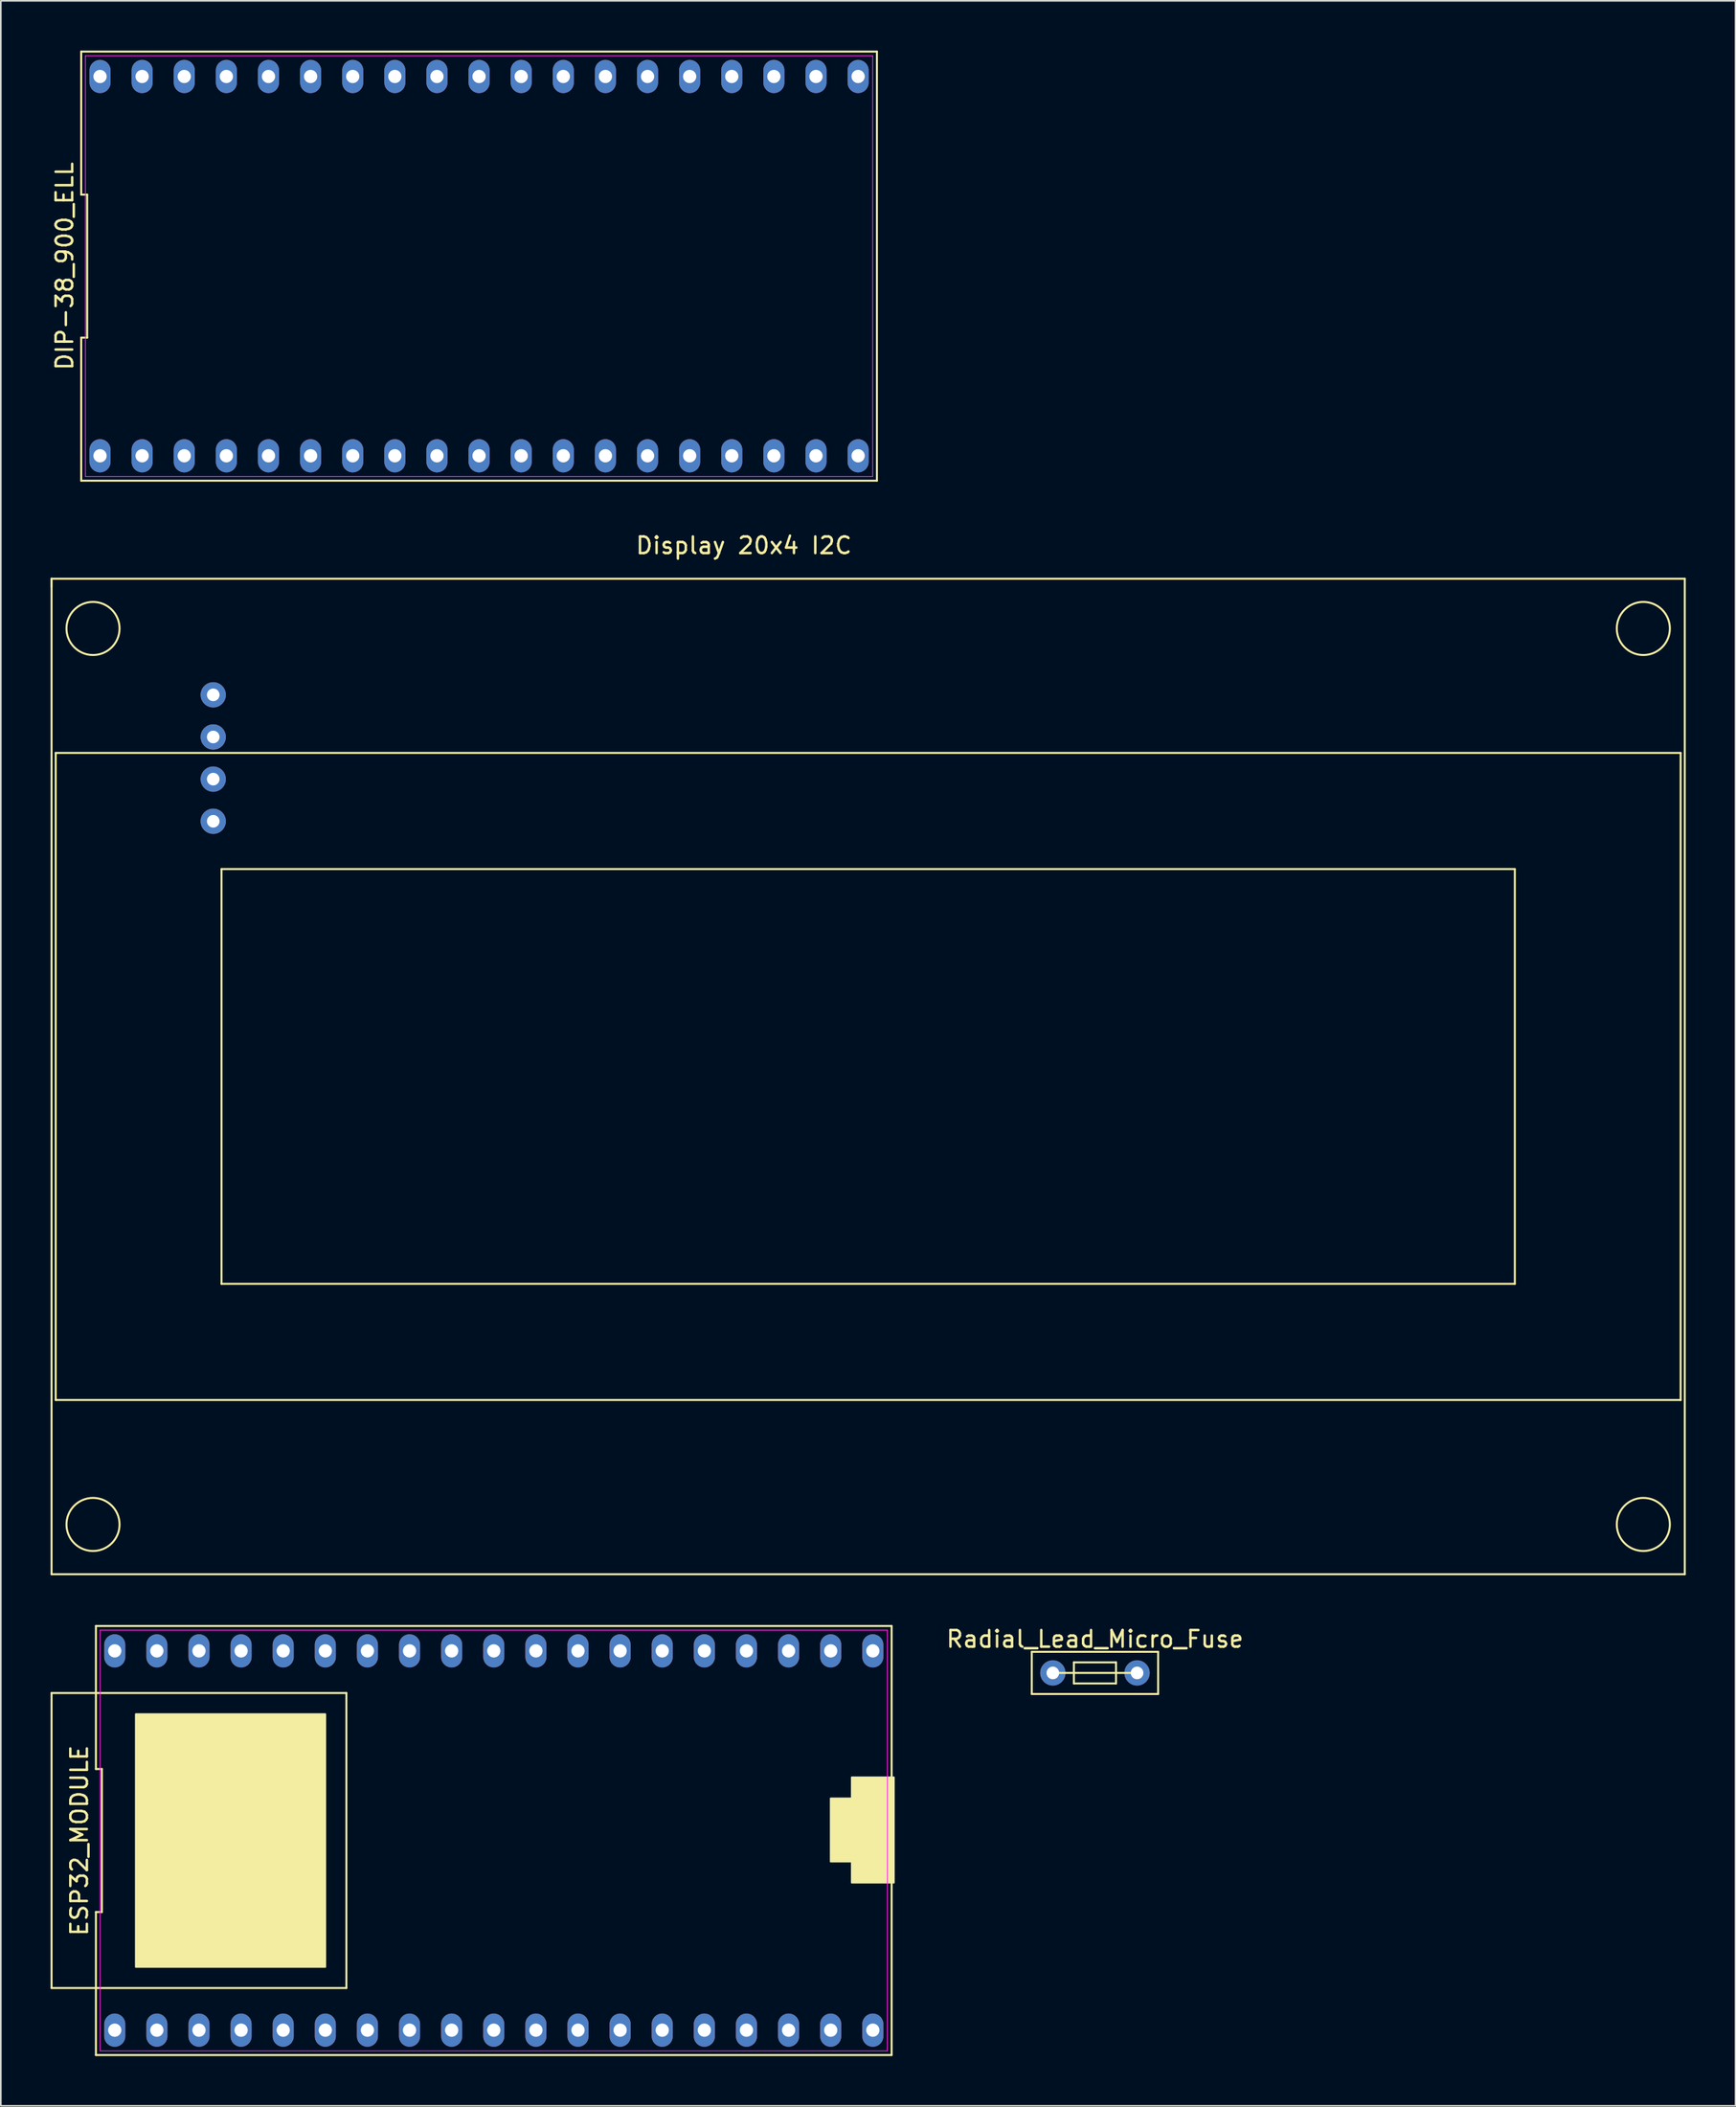
<source format=kicad_pcb>
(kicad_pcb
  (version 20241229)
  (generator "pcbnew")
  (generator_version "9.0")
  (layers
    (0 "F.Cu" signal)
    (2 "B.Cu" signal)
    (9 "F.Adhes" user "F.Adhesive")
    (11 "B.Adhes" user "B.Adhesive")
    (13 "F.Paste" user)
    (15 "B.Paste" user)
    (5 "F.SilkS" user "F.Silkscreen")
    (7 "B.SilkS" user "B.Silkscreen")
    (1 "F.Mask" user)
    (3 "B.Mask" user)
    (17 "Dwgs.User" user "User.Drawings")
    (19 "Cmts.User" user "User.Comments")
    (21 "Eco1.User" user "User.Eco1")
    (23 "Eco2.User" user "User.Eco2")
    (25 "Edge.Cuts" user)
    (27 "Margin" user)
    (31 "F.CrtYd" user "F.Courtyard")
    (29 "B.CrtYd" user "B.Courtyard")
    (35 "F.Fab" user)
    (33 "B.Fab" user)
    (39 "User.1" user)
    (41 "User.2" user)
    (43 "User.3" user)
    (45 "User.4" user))
  (footprint "DIP-38_900_ELL"
    (layer "F.Cu")
    (at 25.843 12.99)
    (property "Reference" "DIP-38_900_ELL" (at -24.995 0 90) (layer "F.SilkS") (effects (font (size 1 1) (thickness 0.15))))
    (attr through_hole)
    (fp_line (start -23.995 -12.93) (end -23.995 -4.31) (stroke (width 0.12) (type solid)) (layer "F.SilkS"))
    (fp_line (start -23.995 -4.31) (end -23.635 -4.31) (stroke (width 0.12) (type solid)) (layer "F.SilkS"))
    (fp_line (start -23.995 4.31) (end -23.995 12.93) (stroke (width 0.12) (type solid)) (layer "F.SilkS"))
    (fp_line (start -23.995 12.93) (end 23.995 12.93) (stroke (width 0.12) (type solid)) (layer "F.SilkS"))
    (fp_line (start -23.635 -4.31) (end -23.635 4.31) (stroke (width 0.12) (type solid)) (layer "F.SilkS"))
    (fp_line (start -23.635 4.31) (end -23.995 4.31) (stroke (width 0.12) (type solid)) (layer "F.SilkS"))
    (fp_line (start 23.995 -12.93) (end -23.995 -12.93) (stroke (width 0.12) (type solid)) (layer "F.SilkS"))
    (fp_line (start 23.995 12.93) (end 23.995 -12.93) (stroke (width 0.12) (type solid)) (layer "F.SilkS"))
    (fp_line (start -23.74 -12.68) (end 23.74 -12.68) (stroke (width 0.05) (type solid)) (layer "F.CrtYd"))
    (fp_line (start -23.74 12.68) (end -23.74 -12.68) (stroke (width 0.05) (type solid)) (layer "F.CrtYd"))
    (fp_line (start 23.74 -12.68) (end 23.74 12.68) (stroke (width 0.05) (type solid)) (layer "F.CrtYd"))
    (fp_line (start 23.74 12.68) (end -23.74 12.68) (stroke (width 0.05) (type solid)) (layer "F.CrtYd"))
    (pad "1" thru_hole oval (at -22.86 11.43) (size 1.27 2) (drill 0.8) (layers "*.Cu" "*.Mask"))
    (pad "2" thru_hole oval (at -20.32 11.43) (size 1.27 2) (drill 0.8) (layers "*.Cu" "*.Mask"))
    (pad "3" thru_hole oval (at -17.78 11.43) (size 1.27 2) (drill 0.8) (layers "*.Cu" "*.Mask"))
    (pad "4" thru_hole oval (at -15.24 11.43) (size 1.27 2) (drill 0.8) (layers "*.Cu" "*.Mask"))
    (pad "5" thru_hole oval (at -12.7 11.43) (size 1.27 2) (drill 0.8) (layers "*.Cu" "*.Mask"))
    (pad "6" thru_hole oval (at -10.16 11.43) (size 1.27 2) (drill 0.8) (layers "*.Cu" "*.Mask"))
    (pad "7" thru_hole oval (at -7.62 11.43) (size 1.27 2) (drill 0.8) (layers "*.Cu" "*.Mask"))
    (pad "8" thru_hole oval (at -5.08 11.43) (size 1.27 2) (drill 0.8) (layers "*.Cu" "*.Mask"))
    (pad "9" thru_hole oval (at -2.54 11.43) (size 1.27 2) (drill 0.8) (layers "*.Cu" "*.Mask"))
    (pad "10" thru_hole oval (at 0 11.43) (size 1.27 2) (drill 0.8) (layers "*.Cu" "*.Mask"))
    (pad "11" thru_hole oval (at 2.54 11.43) (size 1.27 2) (drill 0.8) (layers "*.Cu" "*.Mask"))
    (pad "12" thru_hole oval (at 5.08 11.43) (size 1.27 2) (drill 0.8) (layers "*.Cu" "*.Mask"))
    (pad "13" thru_hole oval (at 7.62 11.43) (size 1.27 2) (drill 0.8) (layers "*.Cu" "*.Mask"))
    (pad "14" thru_hole oval (at 10.16 11.43) (size 1.27 2) (drill 0.8) (layers "*.Cu" "*.Mask"))
    (pad "15" thru_hole oval (at 12.7 11.43) (size 1.27 2) (drill 0.8) (layers "*.Cu" "*.Mask"))
    (pad "16" thru_hole oval (at 15.24 11.43) (size 1.27 2) (drill 0.8) (layers "*.Cu" "*.Mask"))
    (pad "17" thru_hole oval (at 17.78 11.43) (size 1.27 2) (drill 0.8) (layers "*.Cu" "*.Mask"))
    (pad "18" thru_hole oval (at 20.32 11.43) (size 1.27 2) (drill 0.8) (layers "*.Cu" "*.Mask"))
    (pad "19" thru_hole oval (at 22.86 11.43) (size 1.27 2) (drill 0.8) (layers "*.Cu" "*.Mask"))
    (pad "20" thru_hole oval (at 22.86 -11.43) (size 1.27 2) (drill 0.8) (layers "*.Cu" "*.Mask"))
    (pad "21" thru_hole oval (at 20.32 -11.43) (size 1.27 2) (drill 0.8) (layers "*.Cu" "*.Mask"))
    (pad "22" thru_hole oval (at 17.78 -11.43) (size 1.27 2) (drill 0.8) (layers "*.Cu" "*.Mask"))
    (pad "23" thru_hole oval (at 15.24 -11.43) (size 1.27 2) (drill 0.8) (layers "*.Cu" "*.Mask"))
    (pad "24" thru_hole oval (at 12.7 -11.43) (size 1.27 2) (drill 0.8) (layers "*.Cu" "*.Mask"))
    (pad "25" thru_hole oval (at 10.16 -11.43) (size 1.27 2) (drill 0.8) (layers "*.Cu" "*.Mask"))
    (pad "26" thru_hole oval (at 7.62 -11.43) (size 1.27 2) (drill 0.8) (layers "*.Cu" "*.Mask"))
    (pad "27" thru_hole oval (at 5.08 -11.43) (size 1.27 2) (drill 0.8) (layers "*.Cu" "*.Mask"))
    (pad "28" thru_hole oval (at 2.54 -11.43) (size 1.27 2) (drill 0.8) (layers "*.Cu" "*.Mask"))
    (pad "29" thru_hole oval (at 0 -11.43) (size 1.27 2) (drill 0.8) (layers "*.Cu" "*.Mask"))
    (pad "30" thru_hole oval (at -2.54 -11.43) (size 1.27 2) (drill 0.8) (layers "*.Cu" "*.Mask"))
    (pad "31" thru_hole oval (at -5.08 -11.43) (size 1.27 2) (drill 0.8) (layers "*.Cu" "*.Mask"))
    (pad "32" thru_hole oval (at -7.62 -11.43) (size 1.27 2) (drill 0.8) (layers "*.Cu" "*.Mask"))
    (pad "33" thru_hole oval (at -10.16 -11.43) (size 1.27 2) (drill 0.8) (layers "*.Cu" "*.Mask"))
    (pad "34" thru_hole oval (at -12.7 -11.43) (size 1.27 2) (drill 0.8) (layers "*.Cu" "*.Mask"))
    (pad "35" thru_hole oval (at -15.24 -11.43) (size 1.27 2) (drill 0.8) (layers "*.Cu" "*.Mask"))
    (pad "36" thru_hole oval (at -17.78 -11.43) (size 1.27 2) (drill 0.8) (layers "*.Cu" "*.Mask"))
    (pad "37" thru_hole oval (at -20.32 -11.43) (size 1.27 2) (drill 0.8) (layers "*.Cu" "*.Mask"))
    (pad "38" thru_hole oval (at -22.86 -11.43) (size 1.27 2) (drill 0.8) (layers "*.Cu" "*.Mask")))
  (footprint "Radial_Lead_Micro_Fuse"
    (layer "F.Cu")
    (at 62.987 95.237)
    (property "Reference" "Radial_Lead_Micro_Fuse" (at 0 0.5 0) (layer "F.SilkS") (effects (font (size 1 1) (thickness 0.15))))
    (attr through_hole)
    (fp_line (start -3.81 1.27) (end 3.81 1.27) (stroke (width 0.12) (type solid)) (layer "F.SilkS"))
    (fp_line (start -3.81 3.81) (end -3.81 1.27) (stroke (width 0.12) (type solid)) (layer "F.SilkS"))
    (fp_line (start -2.54 2.54) (end 2.54 2.54) (stroke (width 0.12) (type solid)) (layer "F.SilkS"))
    (fp_line (start -1.27 1.905) (end 1.27 1.905) (stroke (width 0.12) (type solid)) (layer "F.SilkS"))
    (fp_line (start -1.27 3.175) (end -1.27 1.905) (stroke (width 0.12) (type solid)) (layer "F.SilkS"))
    (fp_line (start 1.27 1.905) (end 1.27 3.175) (stroke (width 0.12) (type solid)) (layer "F.SilkS"))
    (fp_line (start 1.27 3.175) (end -1.27 3.175) (stroke (width 0.12) (type solid)) (layer "F.SilkS"))
    (fp_line (start 3.81 1.27) (end 3.81 3.81) (stroke (width 0.12) (type solid)) (layer "F.SilkS"))
    (fp_line (start 3.81 3.81) (end -3.81 3.81) (stroke (width 0.12) (type solid)) (layer "F.SilkS"))
    (pad "1" thru_hole circle (at -2.54 2.54) (size 1.524 1.524) (drill 0.762) (layers "*.Cu" "*.Mask"))
    (pad "2" thru_hole circle (at 2.54 2.54) (size 1.524 1.524) (drill 0.762) (layers "*.Cu" "*.Mask")))
  (footprint "ESP32_MODULE"
    (layer "F.Cu")
    (at 26.73 107.878)
    (property "Reference" "ESP32_MODULE" (at -24.995 0 90) (layer "F.SilkS") (effects (font (size 1 1) (thickness 0.15))))
    (attr through_hole)
    (fp_line (start -26.67 -8.89) (end -8.89 -8.89) (stroke (width 0.12) (type solid)) (layer "F.SilkS"))
    (fp_line (start -26.67 8.89) (end -26.67 -8.89) (stroke (width 0.12) (type solid)) (layer "F.SilkS"))
    (fp_line (start -23.995 -12.93) (end -23.995 -4.31) (stroke (width 0.12) (type solid)) (layer "F.SilkS"))
    (fp_line (start -23.995 -4.31) (end -23.635 -4.31) (stroke (width 0.12) (type solid)) (layer "F.SilkS"))
    (fp_line (start -23.995 4.31) (end -23.995 12.93) (stroke (width 0.12) (type solid)) (layer "F.SilkS"))
    (fp_line (start -23.995 12.93) (end 23.995 12.93) (stroke (width 0.12) (type solid)) (layer "F.SilkS"))
    (fp_line (start -23.635 -4.31) (end -23.635 4.31) (stroke (width 0.12) (type solid)) (layer "F.SilkS"))
    (fp_line (start -23.635 4.31) (end -23.995 4.31) (stroke (width 0.12) (type solid)) (layer "F.SilkS"))
    (fp_line (start -8.89 -8.89) (end -8.89 8.89) (stroke (width 0.12) (type solid)) (layer "F.SilkS"))
    (fp_line (start -8.89 8.89) (end -26.67 8.89) (stroke (width 0.12) (type solid)) (layer "F.SilkS"))
    (fp_line (start 23.995 -12.93) (end -23.995 -12.93) (stroke (width 0.12) (type solid)) (layer "F.SilkS"))
    (fp_line (start 23.995 12.93) (end 23.995 -12.93) (stroke (width 0.12) (type solid)) (layer "F.SilkS"))
    (fp_poly (pts (xy -10.16 7.62) (xy -21.59 7.62) (xy -21.59 -7.62) (xy -10.16 -7.62)) (stroke (width 0.1) (type solid)) (fill yes) (layer "F.SilkS"))
    (fp_poly (pts (xy 21.59 1.27) (xy 20.32 1.27) (xy 20.32 -2.54) (xy 21.59 -2.54)) (stroke (width 0.1) (type solid)) (fill yes) (layer "F.SilkS"))
    (fp_poly (pts (xy 24.13 2.54) (xy 21.59 2.54) (xy 21.59 -3.81) (xy 24.13 -3.81)) (stroke (width 0.1) (type solid)) (fill yes) (layer "F.SilkS"))
    (fp_line (start -23.74 -12.68) (end 23.74 -12.68) (stroke (width 0.05) (type solid)) (layer "F.CrtYd"))
    (fp_line (start -23.74 12.68) (end -23.74 -12.68) (stroke (width 0.05) (type solid)) (layer "F.CrtYd"))
    (fp_line (start 23.74 -12.68) (end 23.74 12.68) (stroke (width 0.05) (type solid)) (layer "F.CrtYd"))
    (fp_line (start 23.74 12.68) (end -23.74 12.68) (stroke (width 0.05) (type solid)) (layer "F.CrtYd"))
    (pad "1" thru_hole oval (at -22.86 11.43) (size 1.27 2) (drill 0.8) (layers "*.Cu" "*.Mask"))
    (pad "2" thru_hole oval (at -20.32 11.43) (size 1.27 2) (drill 0.8) (layers "*.Cu" "*.Mask"))
    (pad "3" thru_hole oval (at -17.78 11.43) (size 1.27 2) (drill 0.8) (layers "*.Cu" "*.Mask"))
    (pad "4" thru_hole oval (at -15.24 11.43) (size 1.27 2) (drill 0.8) (layers "*.Cu" "*.Mask"))
    (pad "5" thru_hole oval (at -12.7 11.43) (size 1.27 2) (drill 0.8) (layers "*.Cu" "*.Mask"))
    (pad "6" thru_hole oval (at -10.16 11.43) (size 1.27 2) (drill 0.8) (layers "*.Cu" "*.Mask"))
    (pad "7" thru_hole oval (at -7.62 11.43) (size 1.27 2) (drill 0.8) (layers "*.Cu" "*.Mask"))
    (pad "8" thru_hole oval (at -5.08 11.43) (size 1.27 2) (drill 0.8) (layers "*.Cu" "*.Mask"))
    (pad "9" thru_hole oval (at -2.54 11.43) (size 1.27 2) (drill 0.8) (layers "*.Cu" "*.Mask"))
    (pad "10" thru_hole oval (at 0 11.43) (size 1.27 2) (drill 0.8) (layers "*.Cu" "*.Mask"))
    (pad "11" thru_hole oval (at 2.54 11.43) (size 1.27 2) (drill 0.8) (layers "*.Cu" "*.Mask"))
    (pad "12" thru_hole oval (at 5.08 11.43) (size 1.27 2) (drill 0.8) (layers "*.Cu" "*.Mask"))
    (pad "13" thru_hole oval (at 7.62 11.43) (size 1.27 2) (drill 0.8) (layers "*.Cu" "*.Mask"))
    (pad "14" thru_hole oval (at 10.16 11.43) (size 1.27 2) (drill 0.8) (layers "*.Cu" "*.Mask"))
    (pad "15" thru_hole oval (at 12.7 11.43) (size 1.27 2) (drill 0.8) (layers "*.Cu" "*.Mask"))
    (pad "16" thru_hole oval (at 15.24 11.43) (size 1.27 2) (drill 0.8) (layers "*.Cu" "*.Mask"))
    (pad "17" thru_hole oval (at 17.78 11.43) (size 1.27 2) (drill 0.8) (layers "*.Cu" "*.Mask"))
    (pad "18" thru_hole oval (at 20.32 11.43) (size 1.27 2) (drill 0.8) (layers "*.Cu" "*.Mask"))
    (pad "19" thru_hole oval (at 22.86 11.43) (size 1.27 2) (drill 0.8) (layers "*.Cu" "*.Mask"))
    (pad "20" thru_hole oval (at 22.86 -11.43) (size 1.27 2) (drill 0.8) (layers "*.Cu" "*.Mask"))
    (pad "21" thru_hole oval (at 20.32 -11.43) (size 1.27 2) (drill 0.8) (layers "*.Cu" "*.Mask"))
    (pad "22" thru_hole oval (at 17.78 -11.43) (size 1.27 2) (drill 0.8) (layers "*.Cu" "*.Mask"))
    (pad "23" thru_hole oval (at 15.24 -11.43) (size 1.27 2) (drill 0.8) (layers "*.Cu" "*.Mask"))
    (pad "24" thru_hole oval (at 12.7 -11.43) (size 1.27 2) (drill 0.8) (layers "*.Cu" "*.Mask"))
    (pad "25" thru_hole oval (at 10.16 -11.43) (size 1.27 2) (drill 0.8) (layers "*.Cu" "*.Mask"))
    (pad "26" thru_hole oval (at 7.62 -11.43) (size 1.27 2) (drill 0.8) (layers "*.Cu" "*.Mask"))
    (pad "27" thru_hole oval (at 5.08 -11.43) (size 1.27 2) (drill 0.8) (layers "*.Cu" "*.Mask"))
    (pad "28" thru_hole oval (at 2.54 -11.43) (size 1.27 2) (drill 0.8) (layers "*.Cu" "*.Mask"))
    (pad "29" thru_hole oval (at 0 -11.43) (size 1.27 2) (drill 0.8) (layers "*.Cu" "*.Mask"))
    (pad "30" thru_hole oval (at -2.54 -11.43) (size 1.27 2) (drill 0.8) (layers "*.Cu" "*.Mask"))
    (pad "31" thru_hole oval (at -5.08 -11.43) (size 1.27 2) (drill 0.8) (layers "*.Cu" "*.Mask"))
    (pad "32" thru_hole oval (at -7.62 -11.43) (size 1.27 2) (drill 0.8) (layers "*.Cu" "*.Mask"))
    (pad "33" thru_hole oval (at -10.16 -11.43) (size 1.27 2) (drill 0.8) (layers "*.Cu" "*.Mask"))
    (pad "34" thru_hole oval (at -12.7 -11.43) (size 1.27 2) (drill 0.8) (layers "*.Cu" "*.Mask"))
    (pad "35" thru_hole oval (at -15.24 -11.43) (size 1.27 2) (drill 0.8) (layers "*.Cu" "*.Mask"))
    (pad "36" thru_hole oval (at -17.78 -11.43) (size 1.27 2) (drill 0.8) (layers "*.Cu" "*.Mask"))
    (pad "37" thru_hole oval (at -20.32 -11.43) (size 1.27 2) (drill 0.8) (layers "*.Cu" "*.Mask"))
    (pad "38" thru_hole oval (at -22.86 -11.43) (size 1.27 2) (drill 0.8) (layers "*.Cu" "*.Mask")))
  (footprint "Display 20x4 I2C"
    (layer "F.Cu")
    (at 49.31 61.828)
    (property "Reference" "Display 20x4 I2C" (at -7.5 -32 0) (layer "F.SilkS") (effects (font (size 1 1) (thickness 0.15))))
    (attr through_hole)
    (fp_line (start -49.25 -30) (end -49.25 -29.5) (stroke (width 0.12) (type solid)) (layer "F.SilkS"))
    (fp_line (start -49.25 -30) (end 49.25 -30) (stroke (width 0.12) (type solid)) (layer "F.SilkS"))
    (fp_line (start -49.25 30) (end -49.25 -30) (stroke (width 0.12) (type solid)) (layer "F.SilkS"))
    (fp_line (start -49 -19.5) (end 49 -19.5) (stroke (width 0.12) (type solid)) (layer "F.SilkS"))
    (fp_line (start -49 19.5) (end -49 -19.5) (stroke (width 0.12) (type solid)) (layer "F.SilkS"))
    (fp_line (start -39 -12.5) (end -39 12.5) (stroke (width 0.12) (type solid)) (layer "F.SilkS"))
    (fp_line (start -39 -12.5) (end 39 -12.5) (stroke (width 0.12) (type solid)) (layer "F.SilkS"))
    (fp_line (start 39 -12.5) (end 39 12.5) (stroke (width 0.12) (type solid)) (layer "F.SilkS"))
    (fp_line (start 39 12.5) (end -39 12.5) (stroke (width 0.12) (type solid)) (layer "F.SilkS"))
    (fp_line (start 49 -19.5) (end 49 19.5) (stroke (width 0.12) (type solid)) (layer "F.SilkS"))
    (fp_line (start 49 19.5) (end -49 19.5) (stroke (width 0.12) (type solid)) (layer "F.SilkS"))
    (fp_line (start 49.25 -30) (end 49.25 30) (stroke (width 0.12) (type solid)) (layer "F.SilkS"))
    (fp_line (start 49.25 30) (end -49.25 30) (stroke (width 0.12) (type solid)) (layer "F.SilkS"))
    (fp_circle (center -46.75 -27) (end -45.15 -27) (stroke (width 0.12) (type solid)) (fill no) (layer "F.SilkS"))
    (fp_circle (center -46.75 27) (end -45.15 27) (stroke (width 0.12) (type solid)) (fill no) (layer "F.SilkS"))
    (fp_circle (center 46.75 -27) (end 48.35 -27) (stroke (width 0.12) (type solid)) (fill no) (layer "F.SilkS"))
    (fp_circle (center 46.75 27) (end 48.35 27) (stroke (width 0.12) (type solid)) (fill no) (layer "F.SilkS"))
    (pad "1" thru_hole circle (at -39.5 -23) (size 1.524 1.524) (drill 0.762) (layers "*.Cu" "*.Mask"))
    (pad "2" thru_hole circle (at -39.5 -20.46) (size 1.524 1.524) (drill 0.762) (layers "*.Cu" "*.Mask"))
    (pad "3" thru_hole circle (at -39.5 -17.92) (size 1.524 1.524) (drill 0.762) (layers "*.Cu" "*.Mask"))
    (pad "4" thru_hole circle (at -39.5 -15.38) (size 1.524 1.524) (drill 0.762) (layers "*.Cu" "*.Mask")))
  (gr_rect
    (start -3 -3)
    (end 101.62 123.868)
    (stroke (width 0.1) (type default))
    (fill no)
    (layer "Edge.Cuts")))
</source>
